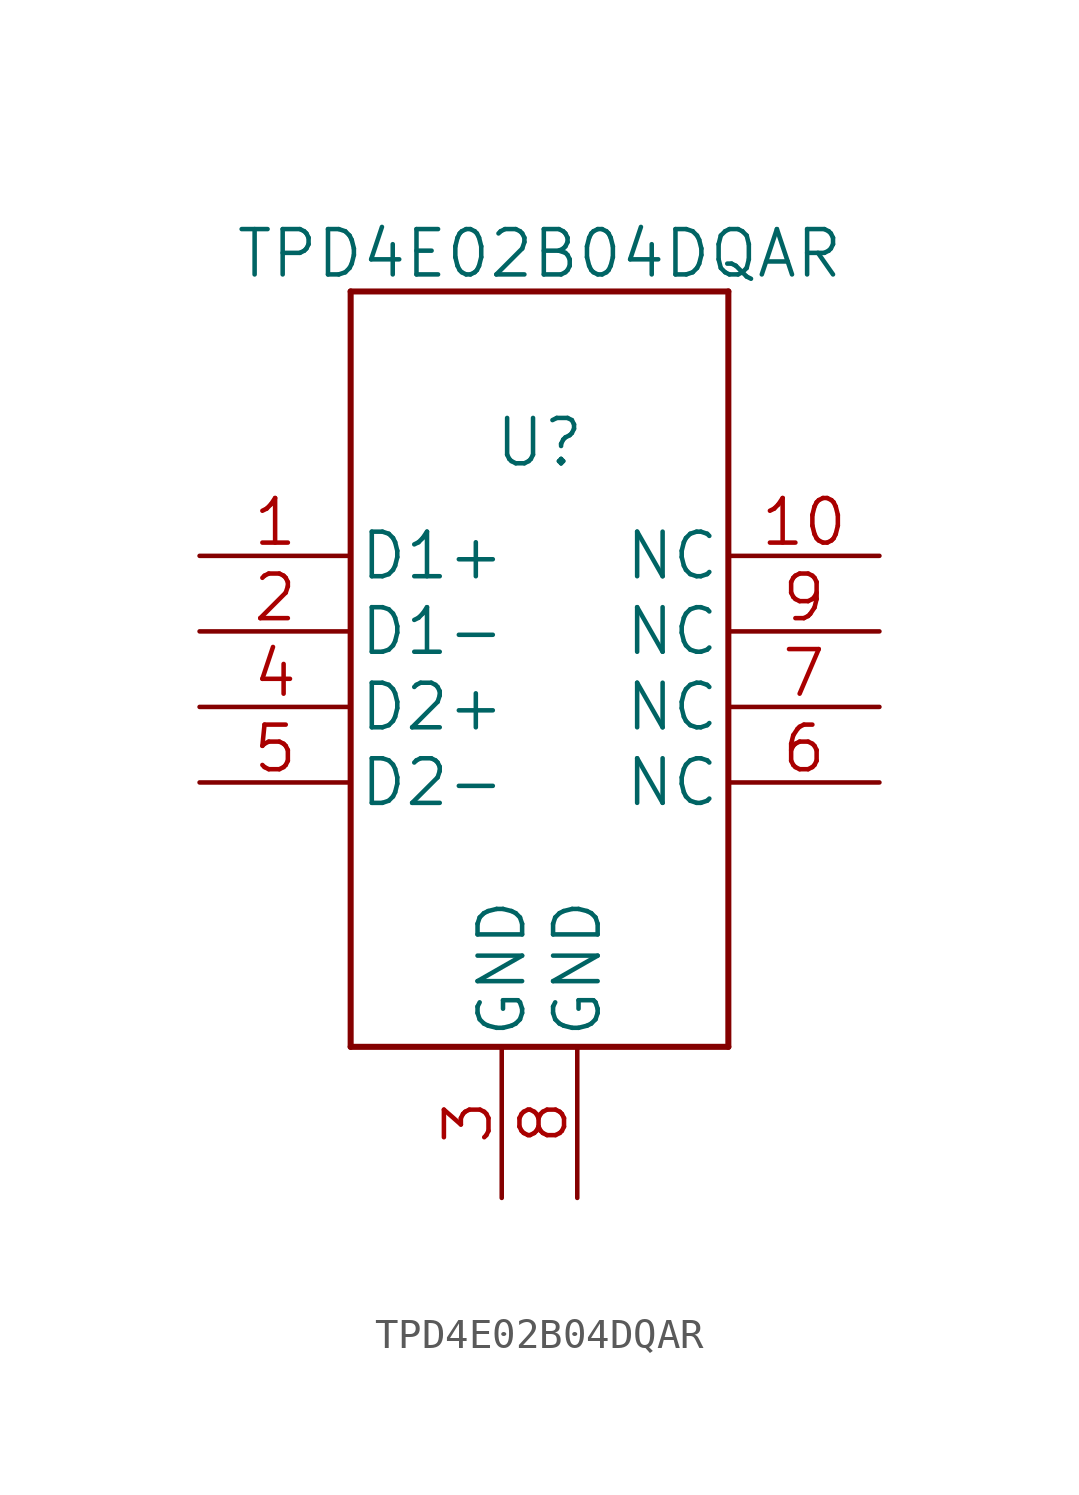
<source format=kicad_sym>
(kicad_symbol_lib
  (version 20201005)
  (generator kicad_symbol_editor)
  (symbol "TPD4E02B04DQAR"
    (pin_names
      (offset 0.254))
    (property "Reference" "U"
      (at 0 7.62 0)
      (effects (font (size 1.524 1.524))))
    (property "Value" "TPD4E02B04DQAR"
      (at 0 13.97 0)
      (effects (font (size 1.524 1.524))))
    (property "Datasheet" ""
      (at 0 0 0)
      (effects (font (size 1.524 1.524))))
    (property "ki_locked" ""
      (at 0 0 0)
      (effects (font (size 1.27 1.27))))
    (symbol "TPD4E02B04DQAR_1_1"
      (polyline (pts (xy -6.35 -12.7) (xy 6.35 -12.7)) (stroke (width 0.203)) (fill (type none)))
      (polyline (pts (xy -6.35 12.7) (xy -6.35 -12.7)) (stroke (width 0.203)) (fill (type none)))
      (polyline (pts (xy 6.35 -12.7) (xy 6.35 12.7)) (stroke (width 0.203)) (fill (type none)))
      (polyline (pts (xy 6.35 12.7) (xy -6.35 12.7)) (stroke (width 0.203)) (fill (type none)))
      (pin bidirectional line (at -11.43 3.81 0) (length 5.08) (name "D1+" (effects (font (size 1.499 1.499)))) (number "1" (effects (font (size 1.499 1.499)))))
      (pin passive line (at 11.43 3.81 180) (length 5.08) (name "NC" (effects (font (size 1.499 1.499)))) (number "10" (effects (font (size 1.499 1.499)))))
      (pin bidirectional line (at -11.43 1.27 0) (length 5.08) (name "D1-" (effects (font (size 1.499 1.499)))) (number "2" (effects (font (size 1.499 1.499)))))
      (pin power_in line (at -1.27 -17.78 90) (length 5.08) (name "GND" (effects (font (size 1.499 1.499)))) (number "3" (effects (font (size 1.499 1.499)))))
      (pin bidirectional line (at -11.43 -1.27 0) (length 5.08) (name "D2+" (effects (font (size 1.499 1.499)))) (number "4" (effects (font (size 1.499 1.499)))))
      (pin bidirectional line (at -11.43 -3.81 0) (length 5.08) (name "D2-" (effects (font (size 1.499 1.499)))) (number "5" (effects (font (size 1.499 1.499)))))
      (pin passive line (at 11.43 -3.81 180) (length 5.08) (name "NC" (effects (font (size 1.499 1.499)))) (number "6" (effects (font (size 1.499 1.499)))))
      (pin passive line (at 11.43 -1.27 180) (length 5.08) (name "NC" (effects (font (size 1.499 1.499)))) (number "7" (effects (font (size 1.499 1.499)))))
      (pin power_in line (at 1.27 -17.78 90) (length 5.08) (name "GND" (effects (font (size 1.499 1.499)))) (number "8" (effects (font (size 1.499 1.499)))))
      (pin passive line (at 11.43 1.27 180) (length 5.08) (name "NC" (effects (font (size 1.499 1.499)))) (number "9" (effects (font (size 1.499 1.499))))))))
</source>
